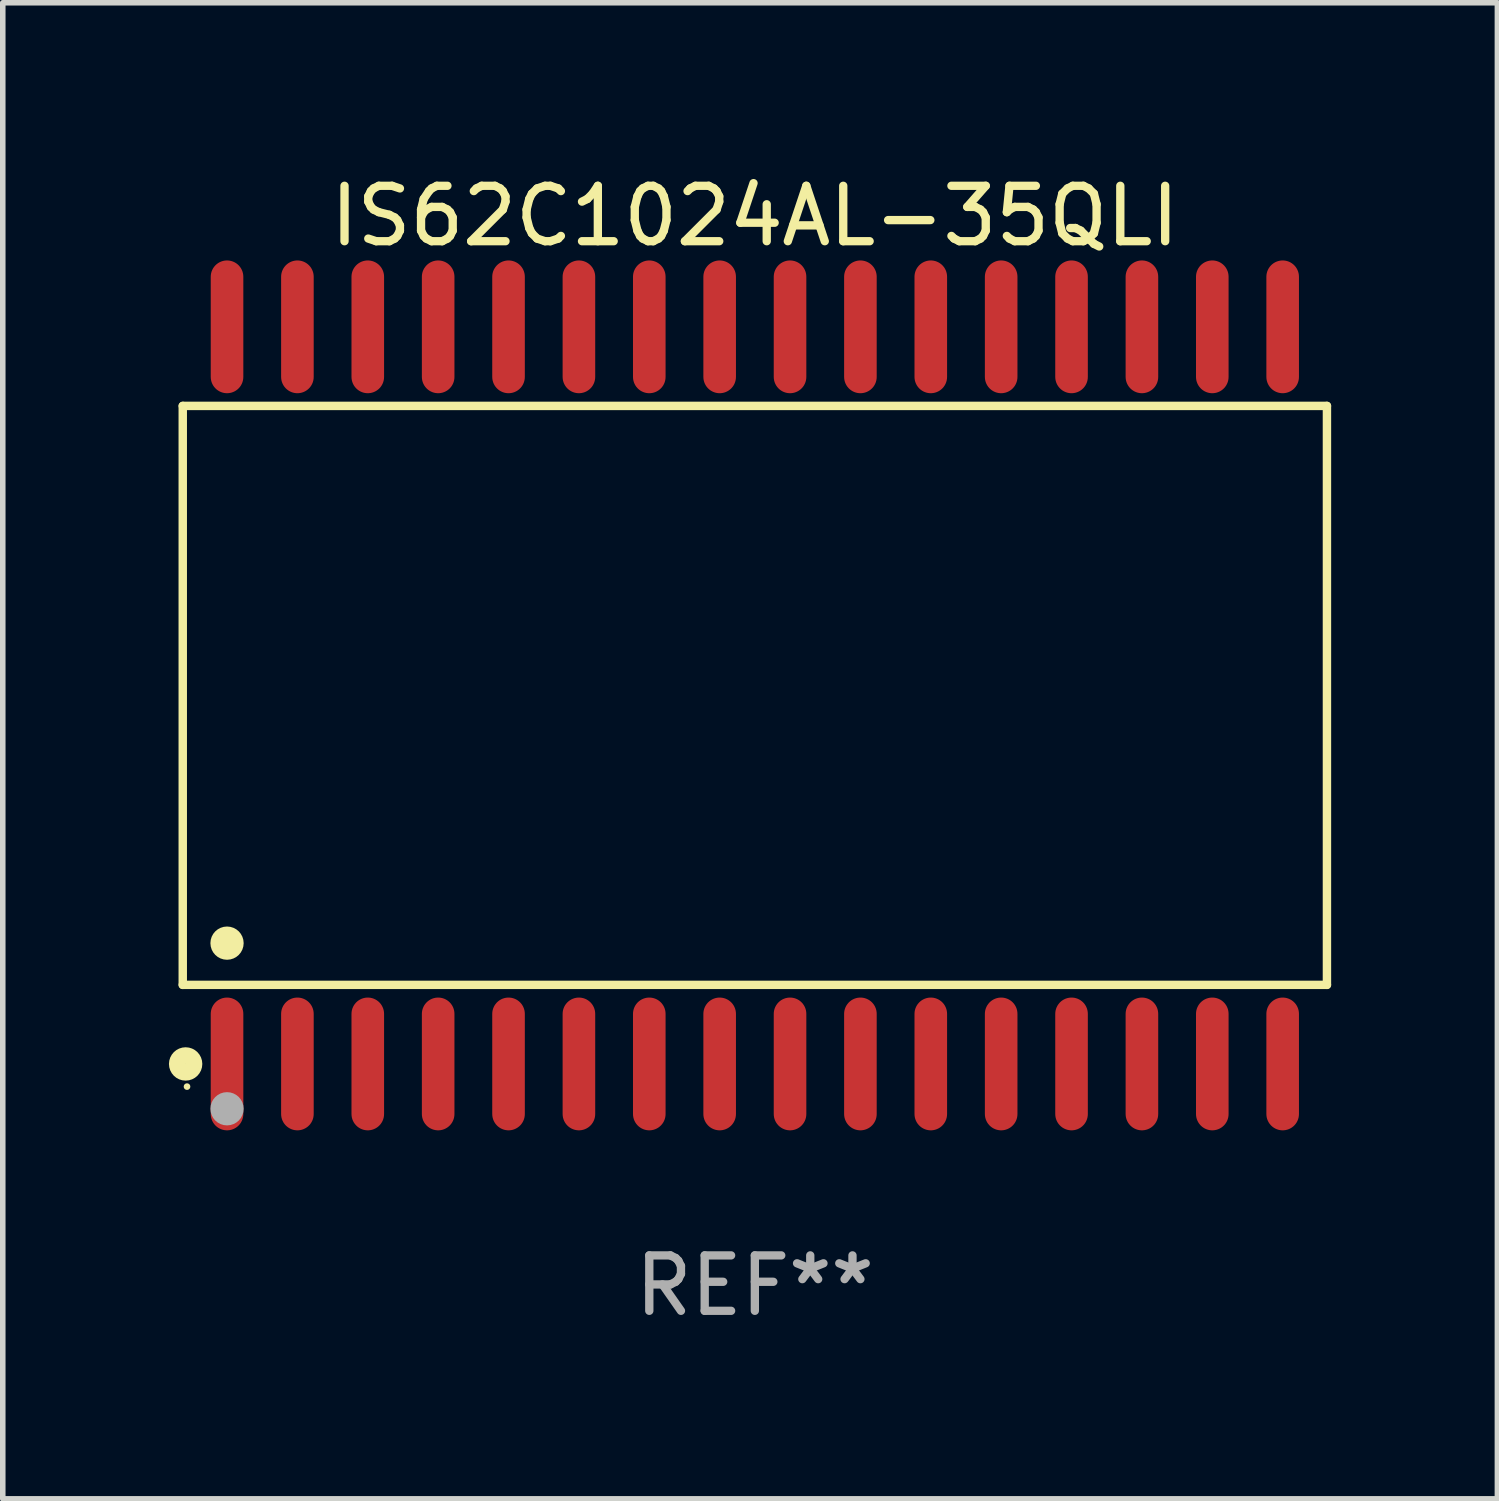
<source format=kicad_pcb>
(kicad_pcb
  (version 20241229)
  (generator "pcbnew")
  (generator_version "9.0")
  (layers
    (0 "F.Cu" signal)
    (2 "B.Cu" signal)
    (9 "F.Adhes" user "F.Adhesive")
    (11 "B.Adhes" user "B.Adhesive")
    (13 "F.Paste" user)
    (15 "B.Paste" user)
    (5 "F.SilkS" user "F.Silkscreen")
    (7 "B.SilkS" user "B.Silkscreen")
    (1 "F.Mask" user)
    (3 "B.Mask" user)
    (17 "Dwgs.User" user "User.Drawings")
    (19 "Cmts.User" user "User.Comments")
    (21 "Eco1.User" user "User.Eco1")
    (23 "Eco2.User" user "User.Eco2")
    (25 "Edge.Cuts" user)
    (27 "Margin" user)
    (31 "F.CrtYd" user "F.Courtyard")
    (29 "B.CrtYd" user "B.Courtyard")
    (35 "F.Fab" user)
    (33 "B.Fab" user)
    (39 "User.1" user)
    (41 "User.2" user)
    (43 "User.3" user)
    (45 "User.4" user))
  (footprint "IS62C1024AL-35QLI"
    (layer "F.Cu")
    (at 10.572 9.499)
    (property "Reference" "IS62C1024AL-35QLI" (at 0 -8.651 0) (layer "F.SilkS") (effects (font (size 1 1) (thickness 0.15))))
    (attr through_hole)
    (fp_line (start -10.324 -5.224) (end 10.324 -5.224) (stroke (width 0.152) (type solid)) (layer "F.SilkS"))
    (fp_line (start -10.324 5.224) (end -10.324 -5.224) (stroke (width 0.152) (type solid)) (layer "F.SilkS"))
    (fp_line (start 10.324 -5.224) (end 10.324 5.224) (stroke (width 0.152) (type solid)) (layer "F.SilkS"))
    (fp_line (start 10.324 5.224) (end -10.324 5.224) (stroke (width 0.152) (type solid)) (layer "F.SilkS"))
    (fp_circle (center -10.272 6.651) (end -10.121 6.651) (stroke (width 0.3) (type solid)) (fill no) (layer "F.SilkS"))
    (fp_circle (center -10.247 7.06) (end -10.217 7.06) (stroke (width 0.06) (type solid)) (fill no) (layer "F.SilkS"))
    (fp_circle (center -9.525 4.471) (end -9.375 4.471) (stroke (width 0.3) (type solid)) (fill no) (layer "F.SilkS"))
    (fp_circle (center -9.525 7.46) (end -9.375 7.46) (stroke (width 0.3) (type solid)) (fill no) (layer "F.Fab"))
    (fp_text user "REF**" (at 0 10.651 0) (layer "F.Fab") (effects (font (size 1 1) (thickness 0.15))))
    (pad "1" smd oval (at -9.525 6.651) (size 0.588 2.396) (layers "F.Cu" "F.Mask" "F.Paste"))
    (pad "2" smd oval (at -8.255 6.651) (size 0.588 2.396) (layers "F.Cu" "F.Mask" "F.Paste"))
    (pad "3" smd oval (at -6.985 6.651) (size 0.588 2.396) (layers "F.Cu" "F.Mask" "F.Paste"))
    (pad "4" smd oval (at -5.715 6.651) (size 0.588 2.396) (layers "F.Cu" "F.Mask" "F.Paste"))
    (pad "5" smd oval (at -4.445 6.651) (size 0.588 2.396) (layers "F.Cu" "F.Mask" "F.Paste"))
    (pad "6" smd oval (at -3.175 6.651) (size 0.588 2.396) (layers "F.Cu" "F.Mask" "F.Paste"))
    (pad "7" smd oval (at -1.905 6.651) (size 0.588 2.396) (layers "F.Cu" "F.Mask" "F.Paste"))
    (pad "8" smd oval (at -0.635 6.651) (size 0.588 2.396) (layers "F.Cu" "F.Mask" "F.Paste"))
    (pad "9" smd oval (at 0.635 6.651) (size 0.588 2.396) (layers "F.Cu" "F.Mask" "F.Paste"))
    (pad "10" smd oval (at 1.905 6.651) (size 0.588 2.396) (layers "F.Cu" "F.Mask" "F.Paste"))
    (pad "11" smd oval (at 3.175 6.651) (size 0.588 2.396) (layers "F.Cu" "F.Mask" "F.Paste"))
    (pad "12" smd oval (at 4.445 6.651) (size 0.588 2.396) (layers "F.Cu" "F.Mask" "F.Paste"))
    (pad "13" smd oval (at 5.715 6.651) (size 0.588 2.396) (layers "F.Cu" "F.Mask" "F.Paste"))
    (pad "14" smd oval (at 6.985 6.651) (size 0.588 2.396) (layers "F.Cu" "F.Mask" "F.Paste"))
    (pad "15" smd oval (at 8.255 6.651) (size 0.588 2.396) (layers "F.Cu" "F.Mask" "F.Paste"))
    (pad "16" smd oval (at 9.525 6.651) (size 0.588 2.396) (layers "F.Cu" "F.Mask" "F.Paste"))
    (pad "17" smd oval (at 9.525 -6.651) (size 0.588 2.396) (layers "F.Cu" "F.Mask" "F.Paste"))
    (pad "18" smd oval (at 8.255 -6.651) (size 0.588 2.396) (layers "F.Cu" "F.Mask" "F.Paste"))
    (pad "19" smd oval (at 6.985 -6.651) (size 0.588 2.396) (layers "F.Cu" "F.Mask" "F.Paste"))
    (pad "20" smd oval (at 5.715 -6.651) (size 0.588 2.396) (layers "F.Cu" "F.Mask" "F.Paste"))
    (pad "21" smd oval (at 4.445 -6.651) (size 0.588 2.396) (layers "F.Cu" "F.Mask" "F.Paste"))
    (pad "22" smd oval (at 3.175 -6.651) (size 0.588 2.396) (layers "F.Cu" "F.Mask" "F.Paste"))
    (pad "23" smd oval (at 1.905 -6.651) (size 0.588 2.396) (layers "F.Cu" "F.Mask" "F.Paste"))
    (pad "24" smd oval (at 0.635 -6.651) (size 0.588 2.396) (layers "F.Cu" "F.Mask" "F.Paste"))
    (pad "25" smd oval (at -0.635 -6.651) (size 0.588 2.396) (layers "F.Cu" "F.Mask" "F.Paste"))
    (pad "26" smd oval (at -1.905 -6.651) (size 0.588 2.396) (layers "F.Cu" "F.Mask" "F.Paste"))
    (pad "27" smd oval (at -3.175 -6.651) (size 0.588 2.396) (layers "F.Cu" "F.Mask" "F.Paste"))
    (pad "28" smd oval (at -4.445 -6.651) (size 0.588 2.396) (layers "F.Cu" "F.Mask" "F.Paste"))
    (pad "29" smd oval (at -5.715 -6.651) (size 0.588 2.396) (layers "F.Cu" "F.Mask" "F.Paste"))
    (pad "30" smd oval (at -6.985 -6.651) (size 0.588 2.396) (layers "F.Cu" "F.Mask" "F.Paste"))
    (pad "31" smd oval (at -8.255 -6.651) (size 0.588 2.396) (layers "F.Cu" "F.Mask" "F.Paste"))
    (pad "32" smd oval (at -9.525 -6.651) (size 0.588 2.396) (layers "F.Cu" "F.Mask" "F.Paste")))
  (gr_rect
    (start -3 -3)
    (end 23.972 23.998)
    (stroke (width 0.1) (type default))
    (fill no)
    (layer "Edge.Cuts")))
</source>
